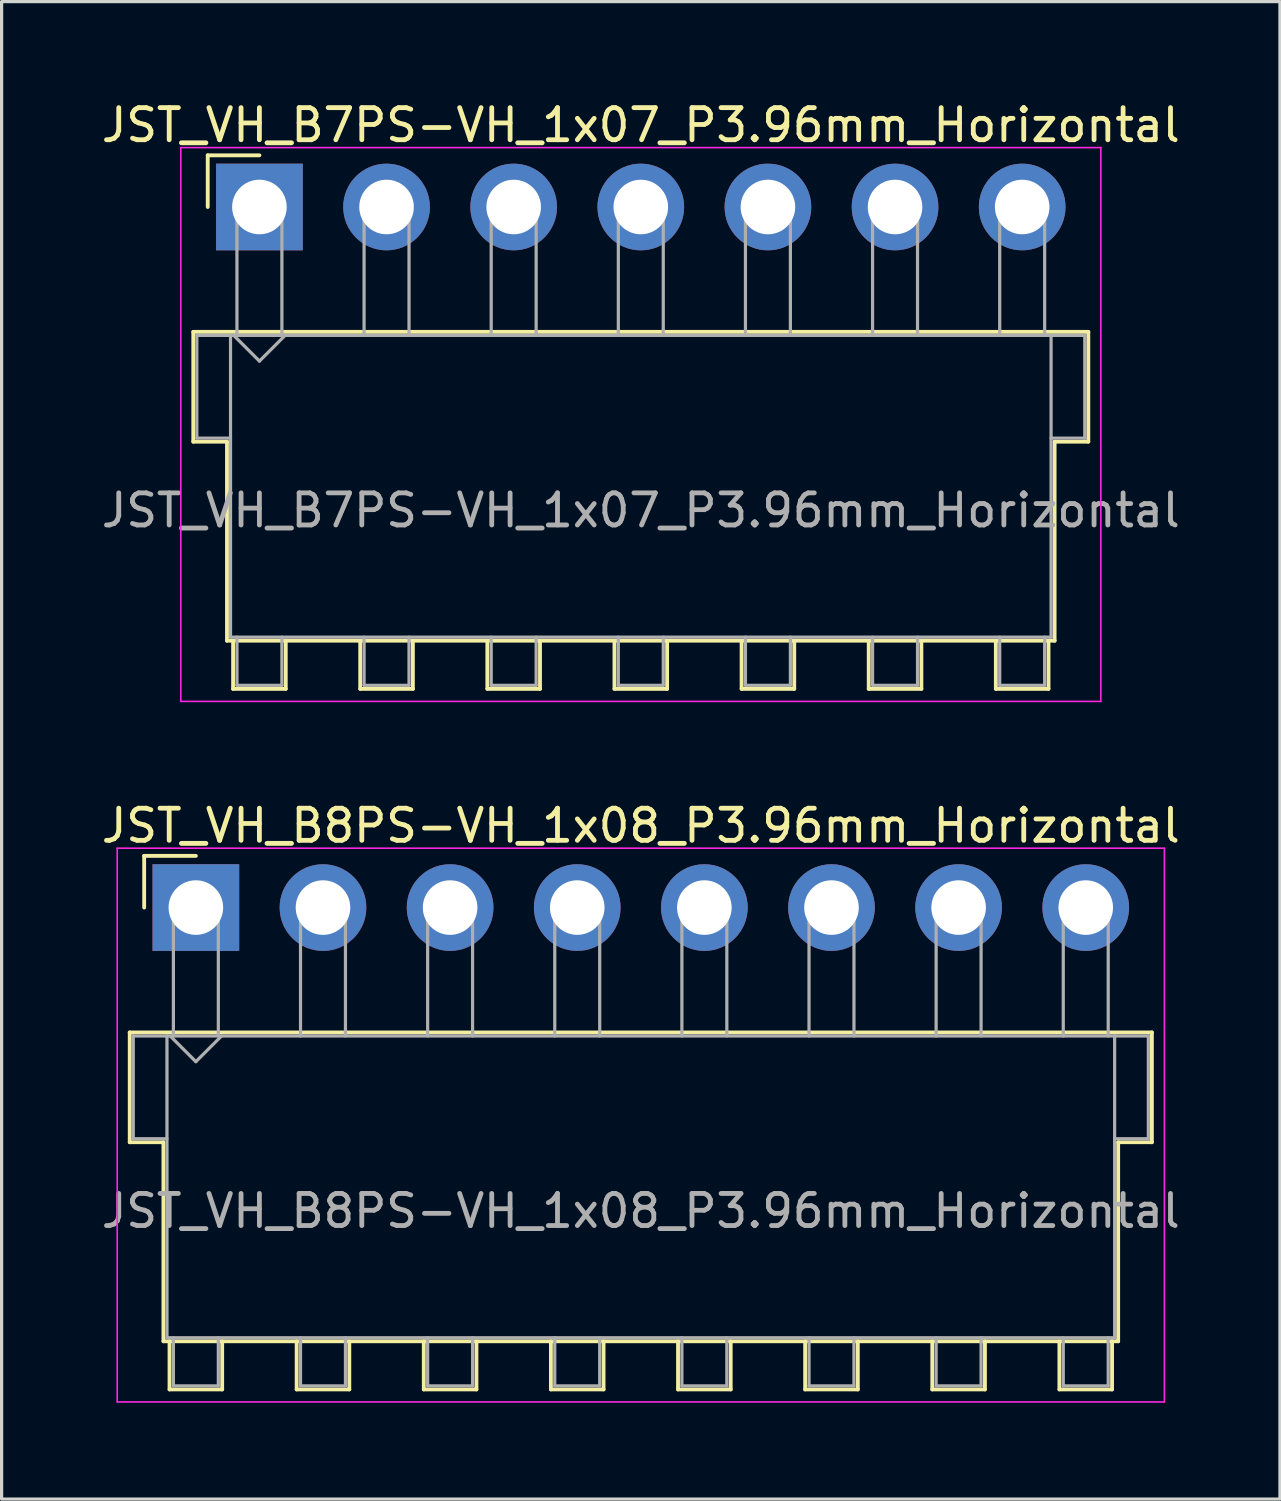
<source format=kicad_pcb>
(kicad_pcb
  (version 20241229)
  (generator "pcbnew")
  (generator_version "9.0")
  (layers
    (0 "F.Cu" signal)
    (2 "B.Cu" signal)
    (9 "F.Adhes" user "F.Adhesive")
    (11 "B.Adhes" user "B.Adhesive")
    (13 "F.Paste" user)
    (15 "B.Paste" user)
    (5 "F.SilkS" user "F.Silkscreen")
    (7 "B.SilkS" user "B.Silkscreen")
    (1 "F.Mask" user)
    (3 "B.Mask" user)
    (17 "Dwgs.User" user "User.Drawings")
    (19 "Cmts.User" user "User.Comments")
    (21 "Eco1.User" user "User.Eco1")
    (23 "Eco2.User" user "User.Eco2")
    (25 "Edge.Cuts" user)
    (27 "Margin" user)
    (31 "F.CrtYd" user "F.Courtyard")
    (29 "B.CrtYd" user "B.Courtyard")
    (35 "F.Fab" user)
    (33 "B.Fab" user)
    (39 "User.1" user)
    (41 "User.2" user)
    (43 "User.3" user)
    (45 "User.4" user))
  (footprint "JST_VH_B7PS-VH_1x07_P3.96mm_Horizontal"
    (layer "F.Cu")
    (at 5.031 3.398)
    (property "Reference" "JST_VH_B7PS-VH_1x07_P3.96mm_Horizontal" (at 11.88 -2.55 0) (layer "F.SilkS") (effects (font (size 1 1) (thickness 0.15))))
    (attr through_hole)
    (fp_line (start -2.06 3.89) (end 25.82 3.89) (stroke (width 0.12) (type solid)) (layer "F.SilkS"))
    (fp_line (start -2.06 7.31) (end -2.06 3.89) (stroke (width 0.12) (type solid)) (layer "F.SilkS"))
    (fp_line (start -1.61 -1.61) (end -1.61 0) (stroke (width 0.12) (type solid)) (layer "F.SilkS"))
    (fp_line (start -1.01 7.31) (end -2.06 7.31) (stroke (width 0.12) (type solid)) (layer "F.SilkS"))
    (fp_line (start -1.01 13.51) (end -1.01 7.31) (stroke (width 0.12) (type solid)) (layer "F.SilkS"))
    (fp_line (start -0.82 13.51) (end -0.82 15.01) (stroke (width 0.12) (type solid)) (layer "F.SilkS"))
    (fp_line (start -0.82 15.01) (end 0.82 15.01) (stroke (width 0.12) (type solid)) (layer "F.SilkS"))
    (fp_line (start 0 -1.61) (end -1.61 -1.61) (stroke (width 0.12) (type solid)) (layer "F.SilkS"))
    (fp_line (start 0.82 15.01) (end 0.82 13.51) (stroke (width 0.12) (type solid)) (layer "F.SilkS"))
    (fp_line (start 3.14 13.51) (end 3.14 15.01) (stroke (width 0.12) (type solid)) (layer "F.SilkS"))
    (fp_line (start 3.14 15.01) (end 4.78 15.01) (stroke (width 0.12) (type solid)) (layer "F.SilkS"))
    (fp_line (start 4.78 15.01) (end 4.78 13.51) (stroke (width 0.12) (type solid)) (layer "F.SilkS"))
    (fp_line (start 7.1 13.51) (end 7.1 15.01) (stroke (width 0.12) (type solid)) (layer "F.SilkS"))
    (fp_line (start 7.1 15.01) (end 8.74 15.01) (stroke (width 0.12) (type solid)) (layer "F.SilkS"))
    (fp_line (start 8.74 15.01) (end 8.74 13.51) (stroke (width 0.12) (type solid)) (layer "F.SilkS"))
    (fp_line (start 11.06 13.51) (end 11.06 15.01) (stroke (width 0.12) (type solid)) (layer "F.SilkS"))
    (fp_line (start 11.06 15.01) (end 12.7 15.01) (stroke (width 0.12) (type solid)) (layer "F.SilkS"))
    (fp_line (start 12.7 15.01) (end 12.7 13.51) (stroke (width 0.12) (type solid)) (layer "F.SilkS"))
    (fp_line (start 15.02 13.51) (end 15.02 15.01) (stroke (width 0.12) (type solid)) (layer "F.SilkS"))
    (fp_line (start 15.02 15.01) (end 16.66 15.01) (stroke (width 0.12) (type solid)) (layer "F.SilkS"))
    (fp_line (start 16.66 15.01) (end 16.66 13.51) (stroke (width 0.12) (type solid)) (layer "F.SilkS"))
    (fp_line (start 18.98 13.51) (end 18.98 15.01) (stroke (width 0.12) (type solid)) (layer "F.SilkS"))
    (fp_line (start 18.98 15.01) (end 20.62 15.01) (stroke (width 0.12) (type solid)) (layer "F.SilkS"))
    (fp_line (start 20.62 15.01) (end 20.62 13.51) (stroke (width 0.12) (type solid)) (layer "F.SilkS"))
    (fp_line (start 22.94 13.51) (end 22.94 15.01) (stroke (width 0.12) (type solid)) (layer "F.SilkS"))
    (fp_line (start 22.94 15.01) (end 24.58 15.01) (stroke (width 0.12) (type solid)) (layer "F.SilkS"))
    (fp_line (start 24.58 15.01) (end 24.58 13.51) (stroke (width 0.12) (type solid)) (layer "F.SilkS"))
    (fp_line (start 24.77 7.31) (end 24.77 13.51) (stroke (width 0.12) (type solid)) (layer "F.SilkS"))
    (fp_line (start 24.77 13.51) (end -1.01 13.51) (stroke (width 0.12) (type solid)) (layer "F.SilkS"))
    (fp_line (start 25.82 3.89) (end 25.82 7.31) (stroke (width 0.12) (type solid)) (layer "F.SilkS"))
    (fp_line (start 25.82 7.31) (end 24.77 7.31) (stroke (width 0.12) (type solid)) (layer "F.SilkS"))
    (fp_line (start -2.45 -1.85) (end -2.45 15.4) (stroke (width 0.05) (type solid)) (layer "F.CrtYd"))
    (fp_line (start -2.45 15.4) (end 26.21 15.4) (stroke (width 0.05) (type solid)) (layer "F.CrtYd"))
    (fp_line (start 26.21 -1.85) (end -2.45 -1.85) (stroke (width 0.05) (type solid)) (layer "F.CrtYd"))
    (fp_line (start 26.21 15.4) (end 26.21 -1.85) (stroke (width 0.05) (type solid)) (layer "F.CrtYd"))
    (fp_line (start -1.95 4) (end -0.9 4) (stroke (width 0.1) (type solid)) (layer "F.Fab"))
    (fp_line (start -1.95 7.2) (end -1.95 4) (stroke (width 0.1) (type solid)) (layer "F.Fab"))
    (fp_line (start -0.9 4) (end -0.9 13.4) (stroke (width 0.1) (type solid)) (layer "F.Fab"))
    (fp_line (start -0.9 7.2) (end -1.95 7.2) (stroke (width 0.1) (type solid)) (layer "F.Fab"))
    (fp_line (start -0.9 13.4) (end 24.66 13.4) (stroke (width 0.1) (type solid)) (layer "F.Fab"))
    (fp_line (start -0.8 4) (end 0 4.8) (stroke (width 0.1) (type solid)) (layer "F.Fab"))
    (fp_line (start -0.7 0) (end 0.7 0) (stroke (width 0.1) (type solid)) (layer "F.Fab"))
    (fp_line (start -0.7 4) (end -0.7 0) (stroke (width 0.1) (type solid)) (layer "F.Fab"))
    (fp_line (start -0.7 13.4) (end -0.7 14.9) (stroke (width 0.1) (type solid)) (layer "F.Fab"))
    (fp_line (start -0.7 14.9) (end 0.7 14.9) (stroke (width 0.1) (type solid)) (layer "F.Fab"))
    (fp_line (start 0 4.8) (end 0.8 4) (stroke (width 0.1) (type solid)) (layer "F.Fab"))
    (fp_line (start 0.7 0) (end 0.7 4) (stroke (width 0.1) (type solid)) (layer "F.Fab"))
    (fp_line (start 0.7 14.9) (end 0.7 13.4) (stroke (width 0.1) (type solid)) (layer "F.Fab"))
    (fp_line (start 3.26 0) (end 4.66 0) (stroke (width 0.1) (type solid)) (layer "F.Fab"))
    (fp_line (start 3.26 4) (end 3.26 0) (stroke (width 0.1) (type solid)) (layer "F.Fab"))
    (fp_line (start 3.26 13.4) (end 3.26 14.9) (stroke (width 0.1) (type solid)) (layer "F.Fab"))
    (fp_line (start 3.26 14.9) (end 4.66 14.9) (stroke (width 0.1) (type solid)) (layer "F.Fab"))
    (fp_line (start 4.66 0) (end 4.66 4) (stroke (width 0.1) (type solid)) (layer "F.Fab"))
    (fp_line (start 4.66 14.9) (end 4.66 13.4) (stroke (width 0.1) (type solid)) (layer "F.Fab"))
    (fp_line (start 7.22 0) (end 8.62 0) (stroke (width 0.1) (type solid)) (layer "F.Fab"))
    (fp_line (start 7.22 4) (end 7.22 0) (stroke (width 0.1) (type solid)) (layer "F.Fab"))
    (fp_line (start 7.22 13.4) (end 7.22 14.9) (stroke (width 0.1) (type solid)) (layer "F.Fab"))
    (fp_line (start 7.22 14.9) (end 8.62 14.9) (stroke (width 0.1) (type solid)) (layer "F.Fab"))
    (fp_line (start 8.62 0) (end 8.62 4) (stroke (width 0.1) (type solid)) (layer "F.Fab"))
    (fp_line (start 8.62 14.9) (end 8.62 13.4) (stroke (width 0.1) (type solid)) (layer "F.Fab"))
    (fp_line (start 11.18 0) (end 12.58 0) (stroke (width 0.1) (type solid)) (layer "F.Fab"))
    (fp_line (start 11.18 4) (end 11.18 0) (stroke (width 0.1) (type solid)) (layer "F.Fab"))
    (fp_line (start 11.18 13.4) (end 11.18 14.9) (stroke (width 0.1) (type solid)) (layer "F.Fab"))
    (fp_line (start 11.18 14.9) (end 12.58 14.9) (stroke (width 0.1) (type solid)) (layer "F.Fab"))
    (fp_line (start 12.58 0) (end 12.58 4) (stroke (width 0.1) (type solid)) (layer "F.Fab"))
    (fp_line (start 12.58 14.9) (end 12.58 13.4) (stroke (width 0.1) (type solid)) (layer "F.Fab"))
    (fp_line (start 15.14 0) (end 16.54 0) (stroke (width 0.1) (type solid)) (layer "F.Fab"))
    (fp_line (start 15.14 4) (end 15.14 0) (stroke (width 0.1) (type solid)) (layer "F.Fab"))
    (fp_line (start 15.14 13.4) (end 15.14 14.9) (stroke (width 0.1) (type solid)) (layer "F.Fab"))
    (fp_line (start 15.14 14.9) (end 16.54 14.9) (stroke (width 0.1) (type solid)) (layer "F.Fab"))
    (fp_line (start 16.54 0) (end 16.54 4) (stroke (width 0.1) (type solid)) (layer "F.Fab"))
    (fp_line (start 16.54 14.9) (end 16.54 13.4) (stroke (width 0.1) (type solid)) (layer "F.Fab"))
    (fp_line (start 19.1 0) (end 20.5 0) (stroke (width 0.1) (type solid)) (layer "F.Fab"))
    (fp_line (start 19.1 4) (end 19.1 0) (stroke (width 0.1) (type solid)) (layer "F.Fab"))
    (fp_line (start 19.1 13.4) (end 19.1 14.9) (stroke (width 0.1) (type solid)) (layer "F.Fab"))
    (fp_line (start 19.1 14.9) (end 20.5 14.9) (stroke (width 0.1) (type solid)) (layer "F.Fab"))
    (fp_line (start 20.5 0) (end 20.5 4) (stroke (width 0.1) (type solid)) (layer "F.Fab"))
    (fp_line (start 20.5 14.9) (end 20.5 13.4) (stroke (width 0.1) (type solid)) (layer "F.Fab"))
    (fp_line (start 23.06 0) (end 24.46 0) (stroke (width 0.1) (type solid)) (layer "F.Fab"))
    (fp_line (start 23.06 4) (end 23.06 0) (stroke (width 0.1) (type solid)) (layer "F.Fab"))
    (fp_line (start 23.06 13.4) (end 23.06 14.9) (stroke (width 0.1) (type solid)) (layer "F.Fab"))
    (fp_line (start 23.06 14.9) (end 24.46 14.9) (stroke (width 0.1) (type solid)) (layer "F.Fab"))
    (fp_line (start 24.46 0) (end 24.46 4) (stroke (width 0.1) (type solid)) (layer "F.Fab"))
    (fp_line (start 24.46 14.9) (end 24.46 13.4) (stroke (width 0.1) (type solid)) (layer "F.Fab"))
    (fp_line (start 24.66 4) (end -0.9 4) (stroke (width 0.1) (type solid)) (layer "F.Fab"))
    (fp_line (start 24.66 4) (end 25.71 4) (stroke (width 0.1) (type solid)) (layer "F.Fab"))
    (fp_line (start 24.66 13.4) (end 24.66 4) (stroke (width 0.1) (type solid)) (layer "F.Fab"))
    (fp_line (start 25.71 4) (end 25.71 7.2) (stroke (width 0.1) (type solid)) (layer "F.Fab"))
    (fp_line (start 25.71 7.2) (end 24.66 7.2) (stroke (width 0.1) (type solid)) (layer "F.Fab"))
    (fp_text user "${REFERENCE}" (at 11.88 9.45 0) (layer "F.Fab") (effects (font (size 1 1) (thickness 0.15))))
    (pad "1" thru_hole rect (at 0 0) (size 2.7 2.7) (drill 1.7) (layers "*.Cu" "*.Mask"))
    (pad "2" thru_hole circle (at 3.96 0) (size 2.7 2.7) (drill 1.7) (layers "*.Cu" "*.Mask"))
    (pad "3" thru_hole circle (at 7.92 0) (size 2.7 2.7) (drill 1.7) (layers "*.Cu" "*.Mask"))
    (pad "4" thru_hole circle (at 11.88 0) (size 2.7 2.7) (drill 1.7) (layers "*.Cu" "*.Mask"))
    (pad "5" thru_hole circle (at 15.84 0) (size 2.7 2.7) (drill 1.7) (layers "*.Cu" "*.Mask"))
    (pad "6" thru_hole circle (at 19.8 0) (size 2.7 2.7) (drill 1.7) (layers "*.Cu" "*.Mask"))
    (pad "7" thru_hole circle (at 23.76 0) (size 2.7 2.7) (drill 1.7) (layers "*.Cu" "*.Mask")))
  (footprint "JST_VH_B8PS-VH_1x08_P3.96mm_Horizontal"
    (layer "F.Cu")
    (at 3.051 25.221)
    (property "Reference" "JST_VH_B8PS-VH_1x08_P3.96mm_Horizontal" (at 13.86 -2.55 0) (layer "F.SilkS") (effects (font (size 1 1) (thickness 0.15))))
    (attr through_hole)
    (fp_line (start -2.06 3.89) (end 29.78 3.89) (stroke (width 0.12) (type solid)) (layer "F.SilkS"))
    (fp_line (start -2.06 7.31) (end -2.06 3.89) (stroke (width 0.12) (type solid)) (layer "F.SilkS"))
    (fp_line (start -1.61 -1.61) (end -1.61 0) (stroke (width 0.12) (type solid)) (layer "F.SilkS"))
    (fp_line (start -1.01 7.31) (end -2.06 7.31) (stroke (width 0.12) (type solid)) (layer "F.SilkS"))
    (fp_line (start -1.01 13.51) (end -1.01 7.31) (stroke (width 0.12) (type solid)) (layer "F.SilkS"))
    (fp_line (start -0.82 13.51) (end -0.82 15.01) (stroke (width 0.12) (type solid)) (layer "F.SilkS"))
    (fp_line (start -0.82 15.01) (end 0.82 15.01) (stroke (width 0.12) (type solid)) (layer "F.SilkS"))
    (fp_line (start 0 -1.61) (end -1.61 -1.61) (stroke (width 0.12) (type solid)) (layer "F.SilkS"))
    (fp_line (start 0.82 15.01) (end 0.82 13.51) (stroke (width 0.12) (type solid)) (layer "F.SilkS"))
    (fp_line (start 3.14 13.51) (end 3.14 15.01) (stroke (width 0.12) (type solid)) (layer "F.SilkS"))
    (fp_line (start 3.14 15.01) (end 4.78 15.01) (stroke (width 0.12) (type solid)) (layer "F.SilkS"))
    (fp_line (start 4.78 15.01) (end 4.78 13.51) (stroke (width 0.12) (type solid)) (layer "F.SilkS"))
    (fp_line (start 7.1 13.51) (end 7.1 15.01) (stroke (width 0.12) (type solid)) (layer "F.SilkS"))
    (fp_line (start 7.1 15.01) (end 8.74 15.01) (stroke (width 0.12) (type solid)) (layer "F.SilkS"))
    (fp_line (start 8.74 15.01) (end 8.74 13.51) (stroke (width 0.12) (type solid)) (layer "F.SilkS"))
    (fp_line (start 11.06 13.51) (end 11.06 15.01) (stroke (width 0.12) (type solid)) (layer "F.SilkS"))
    (fp_line (start 11.06 15.01) (end 12.7 15.01) (stroke (width 0.12) (type solid)) (layer "F.SilkS"))
    (fp_line (start 12.7 15.01) (end 12.7 13.51) (stroke (width 0.12) (type solid)) (layer "F.SilkS"))
    (fp_line (start 15.02 13.51) (end 15.02 15.01) (stroke (width 0.12) (type solid)) (layer "F.SilkS"))
    (fp_line (start 15.02 15.01) (end 16.66 15.01) (stroke (width 0.12) (type solid)) (layer "F.SilkS"))
    (fp_line (start 16.66 15.01) (end 16.66 13.51) (stroke (width 0.12) (type solid)) (layer "F.SilkS"))
    (fp_line (start 18.98 13.51) (end 18.98 15.01) (stroke (width 0.12) (type solid)) (layer "F.SilkS"))
    (fp_line (start 18.98 15.01) (end 20.62 15.01) (stroke (width 0.12) (type solid)) (layer "F.SilkS"))
    (fp_line (start 20.62 15.01) (end 20.62 13.51) (stroke (width 0.12) (type solid)) (layer "F.SilkS"))
    (fp_line (start 22.94 13.51) (end 22.94 15.01) (stroke (width 0.12) (type solid)) (layer "F.SilkS"))
    (fp_line (start 22.94 15.01) (end 24.58 15.01) (stroke (width 0.12) (type solid)) (layer "F.SilkS"))
    (fp_line (start 24.58 15.01) (end 24.58 13.51) (stroke (width 0.12) (type solid)) (layer "F.SilkS"))
    (fp_line (start 26.9 13.51) (end 26.9 15.01) (stroke (width 0.12) (type solid)) (layer "F.SilkS"))
    (fp_line (start 26.9 15.01) (end 28.54 15.01) (stroke (width 0.12) (type solid)) (layer "F.SilkS"))
    (fp_line (start 28.54 15.01) (end 28.54 13.51) (stroke (width 0.12) (type solid)) (layer "F.SilkS"))
    (fp_line (start 28.73 7.31) (end 28.73 13.51) (stroke (width 0.12) (type solid)) (layer "F.SilkS"))
    (fp_line (start 28.73 13.51) (end -1.01 13.51) (stroke (width 0.12) (type solid)) (layer "F.SilkS"))
    (fp_line (start 29.78 3.89) (end 29.78 7.31) (stroke (width 0.12) (type solid)) (layer "F.SilkS"))
    (fp_line (start 29.78 7.31) (end 28.73 7.31) (stroke (width 0.12) (type solid)) (layer "F.SilkS"))
    (fp_line (start -2.45 -1.85) (end -2.45 15.4) (stroke (width 0.05) (type solid)) (layer "F.CrtYd"))
    (fp_line (start -2.45 15.4) (end 30.17 15.4) (stroke (width 0.05) (type solid)) (layer "F.CrtYd"))
    (fp_line (start 30.17 -1.85) (end -2.45 -1.85) (stroke (width 0.05) (type solid)) (layer "F.CrtYd"))
    (fp_line (start 30.17 15.4) (end 30.17 -1.85) (stroke (width 0.05) (type solid)) (layer "F.CrtYd"))
    (fp_line (start -1.95 4) (end -0.9 4) (stroke (width 0.1) (type solid)) (layer "F.Fab"))
    (fp_line (start -1.95 7.2) (end -1.95 4) (stroke (width 0.1) (type solid)) (layer "F.Fab"))
    (fp_line (start -0.9 4) (end -0.9 13.4) (stroke (width 0.1) (type solid)) (layer "F.Fab"))
    (fp_line (start -0.9 7.2) (end -1.95 7.2) (stroke (width 0.1) (type solid)) (layer "F.Fab"))
    (fp_line (start -0.9 13.4) (end 28.62 13.4) (stroke (width 0.1) (type solid)) (layer "F.Fab"))
    (fp_line (start -0.8 4) (end 0 4.8) (stroke (width 0.1) (type solid)) (layer "F.Fab"))
    (fp_line (start -0.7 0) (end 0.7 0) (stroke (width 0.1) (type solid)) (layer "F.Fab"))
    (fp_line (start -0.7 4) (end -0.7 0) (stroke (width 0.1) (type solid)) (layer "F.Fab"))
    (fp_line (start -0.7 13.4) (end -0.7 14.9) (stroke (width 0.1) (type solid)) (layer "F.Fab"))
    (fp_line (start -0.7 14.9) (end 0.7 14.9) (stroke (width 0.1) (type solid)) (layer "F.Fab"))
    (fp_line (start 0 4.8) (end 0.8 4) (stroke (width 0.1) (type solid)) (layer "F.Fab"))
    (fp_line (start 0.7 0) (end 0.7 4) (stroke (width 0.1) (type solid)) (layer "F.Fab"))
    (fp_line (start 0.7 14.9) (end 0.7 13.4) (stroke (width 0.1) (type solid)) (layer "F.Fab"))
    (fp_line (start 3.26 0) (end 4.66 0) (stroke (width 0.1) (type solid)) (layer "F.Fab"))
    (fp_line (start 3.26 4) (end 3.26 0) (stroke (width 0.1) (type solid)) (layer "F.Fab"))
    (fp_line (start 3.26 13.4) (end 3.26 14.9) (stroke (width 0.1) (type solid)) (layer "F.Fab"))
    (fp_line (start 3.26 14.9) (end 4.66 14.9) (stroke (width 0.1) (type solid)) (layer "F.Fab"))
    (fp_line (start 4.66 0) (end 4.66 4) (stroke (width 0.1) (type solid)) (layer "F.Fab"))
    (fp_line (start 4.66 14.9) (end 4.66 13.4) (stroke (width 0.1) (type solid)) (layer "F.Fab"))
    (fp_line (start 7.22 0) (end 8.62 0) (stroke (width 0.1) (type solid)) (layer "F.Fab"))
    (fp_line (start 7.22 4) (end 7.22 0) (stroke (width 0.1) (type solid)) (layer "F.Fab"))
    (fp_line (start 7.22 13.4) (end 7.22 14.9) (stroke (width 0.1) (type solid)) (layer "F.Fab"))
    (fp_line (start 7.22 14.9) (end 8.62 14.9) (stroke (width 0.1) (type solid)) (layer "F.Fab"))
    (fp_line (start 8.62 0) (end 8.62 4) (stroke (width 0.1) (type solid)) (layer "F.Fab"))
    (fp_line (start 8.62 14.9) (end 8.62 13.4) (stroke (width 0.1) (type solid)) (layer "F.Fab"))
    (fp_line (start 11.18 0) (end 12.58 0) (stroke (width 0.1) (type solid)) (layer "F.Fab"))
    (fp_line (start 11.18 4) (end 11.18 0) (stroke (width 0.1) (type solid)) (layer "F.Fab"))
    (fp_line (start 11.18 13.4) (end 11.18 14.9) (stroke (width 0.1) (type solid)) (layer "F.Fab"))
    (fp_line (start 11.18 14.9) (end 12.58 14.9) (stroke (width 0.1) (type solid)) (layer "F.Fab"))
    (fp_line (start 12.58 0) (end 12.58 4) (stroke (width 0.1) (type solid)) (layer "F.Fab"))
    (fp_line (start 12.58 14.9) (end 12.58 13.4) (stroke (width 0.1) (type solid)) (layer "F.Fab"))
    (fp_line (start 15.14 0) (end 16.54 0) (stroke (width 0.1) (type solid)) (layer "F.Fab"))
    (fp_line (start 15.14 4) (end 15.14 0) (stroke (width 0.1) (type solid)) (layer "F.Fab"))
    (fp_line (start 15.14 13.4) (end 15.14 14.9) (stroke (width 0.1) (type solid)) (layer "F.Fab"))
    (fp_line (start 15.14 14.9) (end 16.54 14.9) (stroke (width 0.1) (type solid)) (layer "F.Fab"))
    (fp_line (start 16.54 0) (end 16.54 4) (stroke (width 0.1) (type solid)) (layer "F.Fab"))
    (fp_line (start 16.54 14.9) (end 16.54 13.4) (stroke (width 0.1) (type solid)) (layer "F.Fab"))
    (fp_line (start 19.1 0) (end 20.5 0) (stroke (width 0.1) (type solid)) (layer "F.Fab"))
    (fp_line (start 19.1 4) (end 19.1 0) (stroke (width 0.1) (type solid)) (layer "F.Fab"))
    (fp_line (start 19.1 13.4) (end 19.1 14.9) (stroke (width 0.1) (type solid)) (layer "F.Fab"))
    (fp_line (start 19.1 14.9) (end 20.5 14.9) (stroke (width 0.1) (type solid)) (layer "F.Fab"))
    (fp_line (start 20.5 0) (end 20.5 4) (stroke (width 0.1) (type solid)) (layer "F.Fab"))
    (fp_line (start 20.5 14.9) (end 20.5 13.4) (stroke (width 0.1) (type solid)) (layer "F.Fab"))
    (fp_line (start 23.06 0) (end 24.46 0) (stroke (width 0.1) (type solid)) (layer "F.Fab"))
    (fp_line (start 23.06 4) (end 23.06 0) (stroke (width 0.1) (type solid)) (layer "F.Fab"))
    (fp_line (start 23.06 13.4) (end 23.06 14.9) (stroke (width 0.1) (type solid)) (layer "F.Fab"))
    (fp_line (start 23.06 14.9) (end 24.46 14.9) (stroke (width 0.1) (type solid)) (layer "F.Fab"))
    (fp_line (start 24.46 0) (end 24.46 4) (stroke (width 0.1) (type solid)) (layer "F.Fab"))
    (fp_line (start 24.46 14.9) (end 24.46 13.4) (stroke (width 0.1) (type solid)) (layer "F.Fab"))
    (fp_line (start 27.02 0) (end 28.42 0) (stroke (width 0.1) (type solid)) (layer "F.Fab"))
    (fp_line (start 27.02 4) (end 27.02 0) (stroke (width 0.1) (type solid)) (layer "F.Fab"))
    (fp_line (start 27.02 13.4) (end 27.02 14.9) (stroke (width 0.1) (type solid)) (layer "F.Fab"))
    (fp_line (start 27.02 14.9) (end 28.42 14.9) (stroke (width 0.1) (type solid)) (layer "F.Fab"))
    (fp_line (start 28.42 0) (end 28.42 4) (stroke (width 0.1) (type solid)) (layer "F.Fab"))
    (fp_line (start 28.42 14.9) (end 28.42 13.4) (stroke (width 0.1) (type solid)) (layer "F.Fab"))
    (fp_line (start 28.62 4) (end -0.9 4) (stroke (width 0.1) (type solid)) (layer "F.Fab"))
    (fp_line (start 28.62 4) (end 29.67 4) (stroke (width 0.1) (type solid)) (layer "F.Fab"))
    (fp_line (start 28.62 13.4) (end 28.62 4) (stroke (width 0.1) (type solid)) (layer "F.Fab"))
    (fp_line (start 29.67 4) (end 29.67 7.2) (stroke (width 0.1) (type solid)) (layer "F.Fab"))
    (fp_line (start 29.67 7.2) (end 28.62 7.2) (stroke (width 0.1) (type solid)) (layer "F.Fab"))
    (fp_text user "${REFERENCE}" (at 13.86 9.45 0) (layer "F.Fab") (effects (font (size 1 1) (thickness 0.15))))
    (pad "1" thru_hole rect (at 0 0) (size 2.7 2.7) (drill 1.7) (layers "*.Cu" "*.Mask"))
    (pad "2" thru_hole circle (at 3.96 0) (size 2.7 2.7) (drill 1.7) (layers "*.Cu" "*.Mask"))
    (pad "3" thru_hole circle (at 7.92 0) (size 2.7 2.7) (drill 1.7) (layers "*.Cu" "*.Mask"))
    (pad "4" thru_hole circle (at 11.88 0) (size 2.7 2.7) (drill 1.7) (layers "*.Cu" "*.Mask"))
    (pad "5" thru_hole circle (at 15.84 0) (size 2.7 2.7) (drill 1.7) (layers "*.Cu" "*.Mask"))
    (pad "6" thru_hole circle (at 19.8 0) (size 2.7 2.7) (drill 1.7) (layers "*.Cu" "*.Mask"))
    (pad "7" thru_hole circle (at 23.76 0) (size 2.7 2.7) (drill 1.7) (layers "*.Cu" "*.Mask"))
    (pad "8" thru_hole circle (at 27.72 0) (size 2.7 2.7) (drill 1.7) (layers "*.Cu" "*.Mask")))
  (gr_rect
    (start -3 -3)
    (end 36.821 43.647)
    (stroke (width 0.1) (type default))
    (fill no)
    (layer "Edge.Cuts")))
</source>
